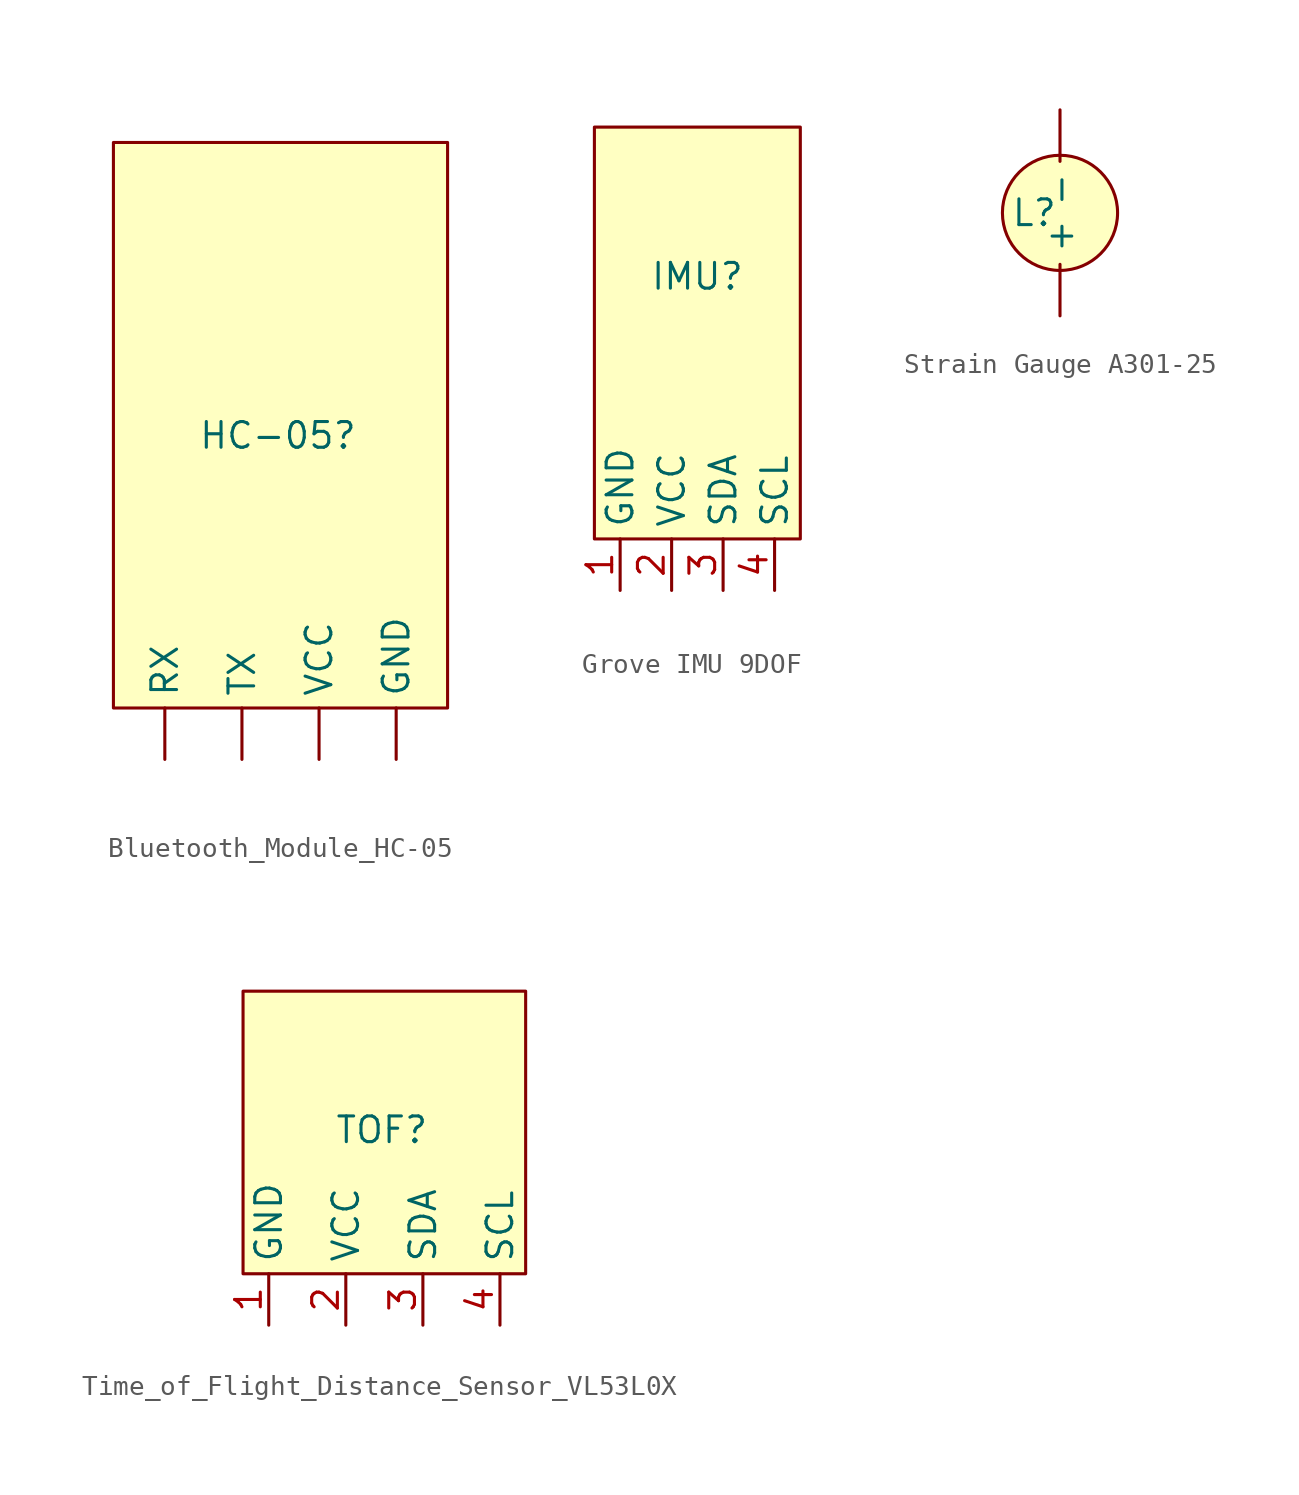
<source format=kicad_sym>
(kicad_symbol_lib
  (version 20241209)
  (generator "kicad_symbol_editor")
  (generator_version "9.0")
  (symbol "Bluetooth_Module_HC-05"
    (property "Reference" "HC-05"
      (at -0.762 -1.778 0)
      (effects (font (size 1.27 1.27))))
    (property "Value" ""
      (at 0 0 0)
      (effects (font (size 1.27 1.27))))
    (symbol "Bluetooth_Module_HC-05_1_1"
      (rectangle (start -8.89 12.7) (end 7.62 -15.24) (stroke (width 0) (type solid)) (fill (type background)))
      (pin passive line (at -6.35 -17.78 90) (length 2.54) (name "RX" (effects (font (size 1.27 1.27)))) (number "" (effects (font (size 1.27 1.27)))))
      (pin passive line (at -2.54 -17.78 90) (length 2.54) (name "TX" (effects (font (size 1.27 1.27)))) (number "" (effects (font (size 1.27 1.27)))))
      (pin power_in line (at 1.27 -17.78 90) (length 2.54) (name "VCC" (effects (font (size 1.27 1.27)))) (number "" (effects (font (size 1.27 1.27)))))
      (pin passive line (at 5.08 -17.78 90) (length 2.54) (name "GND" (effects (font (size 1.27 1.27)))) (number "" (effects (font (size 1.27 1.27)))))))
  (symbol "Grove IMU 9DOF"
    (property "Reference" "IMU"
      (at 0 2.794 0)
      (effects (font (size 1.27 1.27))))
    (property "Value" ""
      (at 0 0 0)
      (effects (font (size 1.27 1.27))))
    (symbol "Grove IMU 9DOF_1_1"
      (rectangle (start -5.08 10.16) (end 5.08 -10.16) (stroke (width 0) (type solid)) (fill (type background)))
      (pin passive line (at -3.81 -12.7 90) (length 2.54) (name "GND" (effects (font (size 1.27 1.27)))) (number "1" (effects (font (size 1.27 1.27)))))
      (pin power_in line (at -1.27 -12.7 90) (length 2.54) (name "VCC" (effects (font (size 1.27 1.27)))) (number "2" (effects (font (size 1.27 1.27)))))
      (pin output line (at 1.27 -12.7 90) (length 2.54) (name "SDA" (effects (font (size 1.27 1.27)))) (number "3" (effects (font (size 1.27 1.27)))))
      (pin input line (at 3.81 -12.7 90) (length 2.54) (name "SCL" (effects (font (size 1.27 1.27)))) (number "4" (effects (font (size 1.27 1.27)))))))
  (symbol "Strain Gauge A301-25"
    (property "Reference" "L"
      (at -1.27 0 0)
      (effects (font (size 1.27 1.27))))
    (property "Value" ""
      (at 0 0 0)
      (effects (font (size 1.27 1.27))))
    (symbol "Strain Gauge A301-25_1_1"
      (circle (center 0 0) (radius 2.84) (stroke (width 0) (type solid)) (fill (type background)))
      (pin passive line (at 0 5.08 270) (length 2.54) (name "-" (effects (font (size 1.27 1.27)))) (number "" (effects (font (size 1.27 1.27)))))
      (pin passive line (at 0 -5.08 90) (length 2.54) (name "+" (effects (font (size 1.27 1.27)))) (number "" (effects (font (size 1.27 1.27)))))))
  (symbol "Time_of_Flight_Distance_Sensor_VL53L0X"
    (property "Reference" "TOF"
      (at 0.508 0.762 0)
      (effects (font (size 1.27 1.27))))
    (property "Value" ""
      (at 0 0 0)
      (effects (font (size 1.27 1.27))))
    (symbol "Time_of_Flight_Distance_Sensor_VL53L0X_1_1"
      (rectangle (start -6.35 7.62) (end 7.62 -6.35) (stroke (width 0) (type solid)) (fill (type background)))
      (pin passive line (at -5.08 -8.89 90) (length 2.54) (name "GND" (effects (font (size 1.27 1.27)))) (number "1" (effects (font (size 1.27 1.27)))))
      (pin power_in line (at -1.27 -8.89 90) (length 2.54) (name "VCC" (effects (font (size 1.27 1.27)))) (number "2" (effects (font (size 1.27 1.27)))))
      (pin output line (at 2.54 -8.89 90) (length 2.54) (name "SDA" (effects (font (size 1.27 1.27)))) (number "3" (effects (font (size 1.27 1.27)))))
      (pin input line (at 6.35 -8.89 90) (length 2.54) (name "SCL" (effects (font (size 1.27 1.27)))) (number "4" (effects (font (size 1.27 1.27))))))))
</source>
